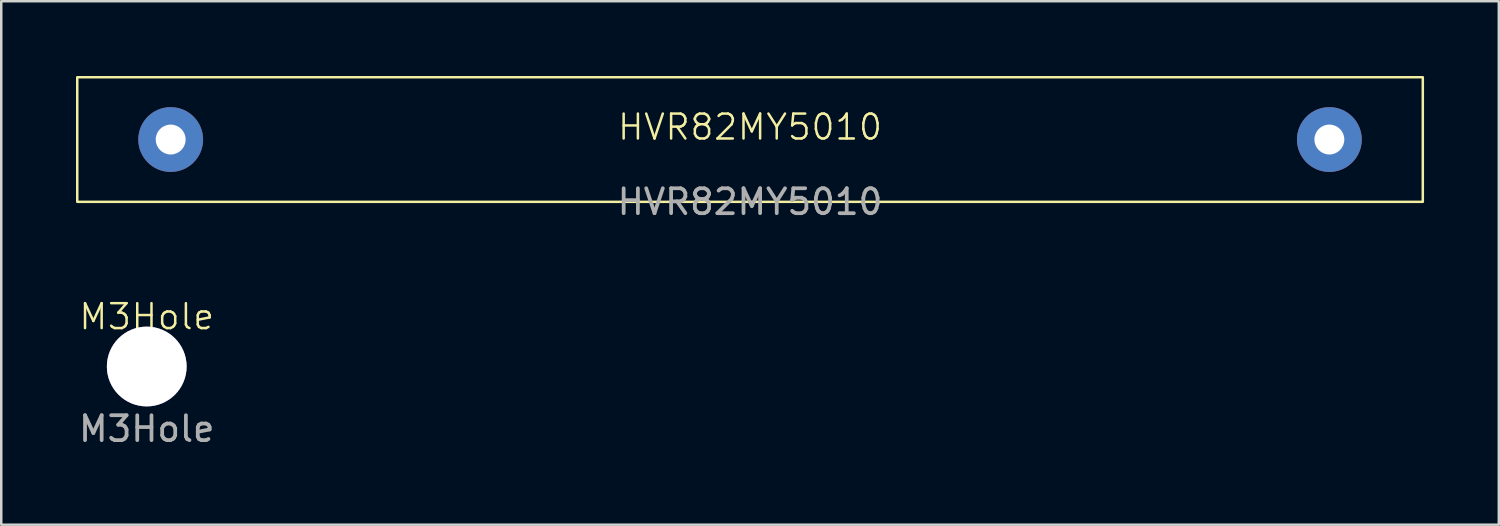
<source format=kicad_pcb>
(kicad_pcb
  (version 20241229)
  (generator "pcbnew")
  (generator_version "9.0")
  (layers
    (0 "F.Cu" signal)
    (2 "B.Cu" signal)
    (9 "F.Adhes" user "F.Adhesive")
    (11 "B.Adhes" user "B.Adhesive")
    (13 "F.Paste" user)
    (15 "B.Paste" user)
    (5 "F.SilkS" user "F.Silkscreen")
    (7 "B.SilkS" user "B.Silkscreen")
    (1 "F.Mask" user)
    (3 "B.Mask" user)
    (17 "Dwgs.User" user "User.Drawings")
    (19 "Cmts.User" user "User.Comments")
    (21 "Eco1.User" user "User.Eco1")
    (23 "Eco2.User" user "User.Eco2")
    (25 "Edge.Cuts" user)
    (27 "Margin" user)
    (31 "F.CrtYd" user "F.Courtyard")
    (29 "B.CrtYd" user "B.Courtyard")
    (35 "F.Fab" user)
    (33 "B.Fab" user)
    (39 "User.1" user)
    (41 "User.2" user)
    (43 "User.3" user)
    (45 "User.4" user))
  (footprint "HVR82MY5010"
    (layer "F.Cu")
    (at 27.05 2.55)
    (property "Reference" "HVR82MY5010" (at 0 -0.5 0) (unlocked yes) (layer "F.SilkS") (effects (font (size 1 1) (thickness 0.1))))
    (attr through_hole)
    (fp_rect (start -27 -2.5) (end 27 2.5) (stroke (width 0.1) (type default)) (fill no) (layer "F.SilkS"))
    (fp_text user "${REFERENCE}" (at 0 2.5 0) (unlocked yes) (layer "F.Fab") (effects (font (size 1 1) (thickness 0.15))))
    (pad "1" thru_hole circle (at -23.25 0) (size 2.6 2.6) (drill 1.2) (layers "*.Cu" "*.Mask"))
    (pad "2" thru_hole circle (at 23.25 0) (size 2.6 2.6) (drill 1.2) (layers "*.Cu" "*.Mask")))
  (footprint "M3Hole"
    (layer "F.Cu")
    (at 2.839 11.659)
    (property "Reference" "M3Hole" (at 0 -2 0) (unlocked yes) (layer "F.SilkS") (effects (font (size 1 1) (thickness 0.1))))
    (attr through_hole)
    (fp_text user "${REFERENCE}" (at 0 2.5 0) (unlocked yes) (layer "F.Fab") (effects (font (size 1 1) (thickness 0.15))))
    (pad "1" thru_hole circle (at 0 0) (size 3.2 3.2) (drill 3.2) (layers "*.Cu" "*.Mask")))
  (gr_rect
    (start -3 -3)
    (end 57.1 18.007)
    (stroke (width 0.1) (type default))
    (fill no)
    (layer "Edge.Cuts")))
</source>
